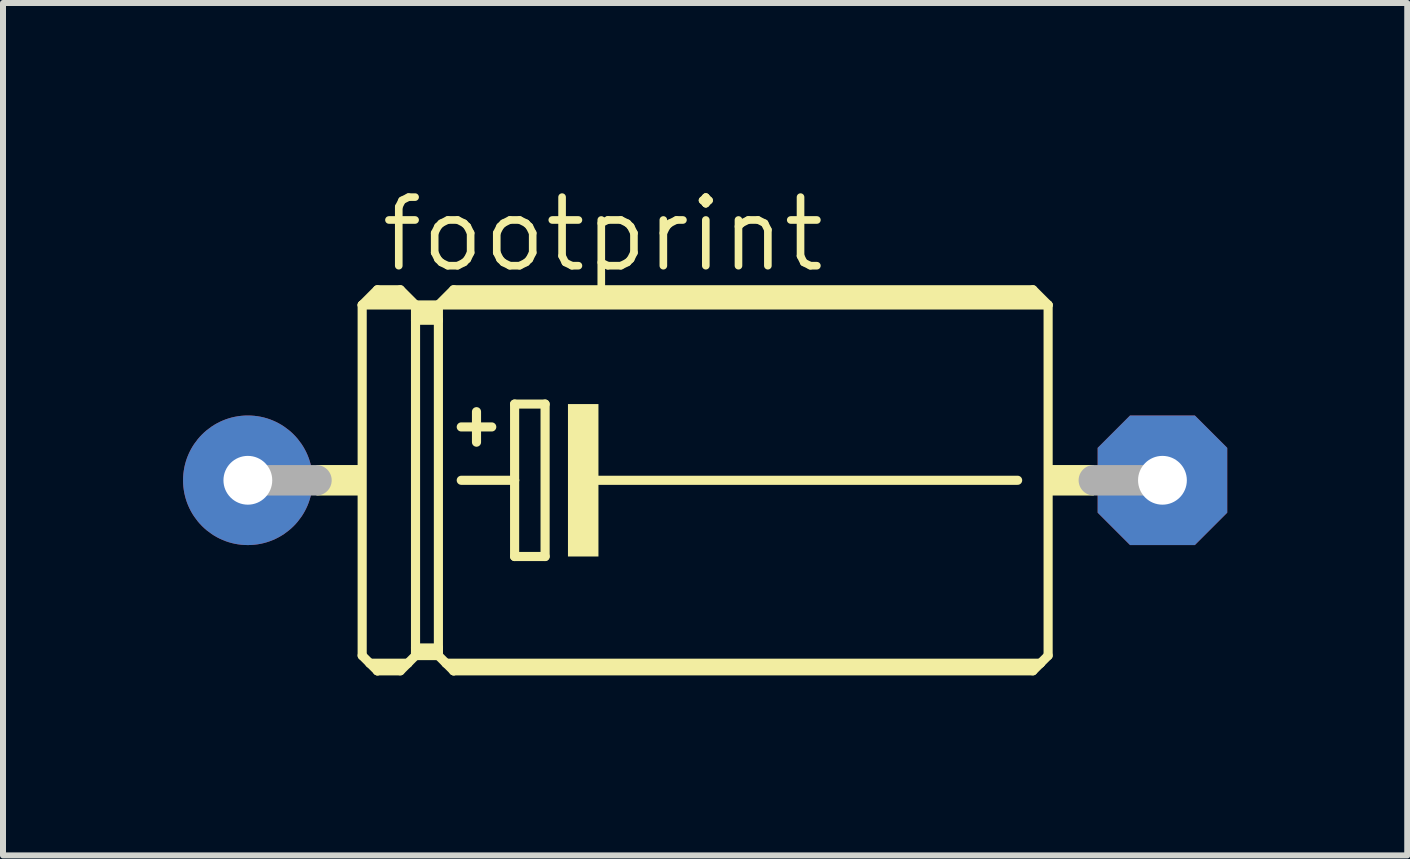
<source format=kicad_pcb>
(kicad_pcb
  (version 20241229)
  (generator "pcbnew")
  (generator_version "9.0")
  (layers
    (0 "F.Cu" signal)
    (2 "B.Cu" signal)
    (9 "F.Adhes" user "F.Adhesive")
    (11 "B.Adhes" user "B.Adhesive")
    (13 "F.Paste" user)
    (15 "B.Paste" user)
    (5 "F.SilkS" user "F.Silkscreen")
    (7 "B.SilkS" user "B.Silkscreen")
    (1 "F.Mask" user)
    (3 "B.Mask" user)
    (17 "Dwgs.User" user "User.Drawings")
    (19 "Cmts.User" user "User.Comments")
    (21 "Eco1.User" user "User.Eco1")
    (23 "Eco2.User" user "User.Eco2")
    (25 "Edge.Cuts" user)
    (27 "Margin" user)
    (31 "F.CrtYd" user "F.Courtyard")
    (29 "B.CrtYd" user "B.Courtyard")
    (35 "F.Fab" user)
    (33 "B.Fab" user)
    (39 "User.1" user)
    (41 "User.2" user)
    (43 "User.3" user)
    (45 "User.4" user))
  (footprint "footprint"
    (layer "F.Cu")
    (at 8.7 4.953)
    (property "Reference" "footprint" (at -5.461 -3.429 0) (layer "F.SilkS") (effects (font (size 1.143 1.143) (thickness 0.127)) (justify left bottom)))
    (fp_line (start -5.715 -2.921) (end -4.826 -2.921) (stroke (width 0.152) (type solid)) (layer "F.SilkS"))
    (fp_line (start -5.715 2.921) (end -5.715 -2.921) (stroke (width 0.152) (type solid)) (layer "F.SilkS"))
    (fp_line (start -5.715 2.921) (end -5.588 3.048) (stroke (width 0.152) (type solid)) (layer "F.SilkS"))
    (fp_line (start -5.588 3.048) (end -5.461 3.175) (stroke (width 0.152) (type solid)) (layer "F.SilkS"))
    (fp_line (start -5.588 3.048) (end -4.953 3.048) (stroke (width 0.152) (type solid)) (layer "F.SilkS"))
    (fp_line (start -5.461 -3.175) (end -5.715 -2.921) (stroke (width 0.152) (type solid)) (layer "F.SilkS"))
    (fp_line (start -5.461 -3.175) (end -5.08 -3.175) (stroke (width 0.152) (type solid)) (layer "F.SilkS"))
    (fp_line (start -5.461 -3.048) (end -5.08 -3.048) (stroke (width 0.305) (type solid)) (layer "F.SilkS"))
    (fp_line (start -5.461 3.124) (end -5.461 3.175) (stroke (width 0.152) (type solid)) (layer "F.SilkS"))
    (fp_line (start -5.461 3.175) (end -5.08 3.175) (stroke (width 0.152) (type solid)) (layer "F.SilkS"))
    (fp_line (start -5.08 -3.175) (end -4.826 -2.921) (stroke (width 0.152) (type solid)) (layer "F.SilkS"))
    (fp_line (start -5.08 3.124) (end -5.461 3.124) (stroke (width 0.152) (type solid)) (layer "F.SilkS"))
    (fp_line (start -5.08 3.175) (end -4.953 3.048) (stroke (width 0.152) (type solid)) (layer "F.SilkS"))
    (fp_line (start -4.953 3.048) (end -4.826 2.921) (stroke (width 0.152) (type solid)) (layer "F.SilkS"))
    (fp_line (start -4.826 -2.921) (end -4.826 -2.667) (stroke (width 0.152) (type solid)) (layer "F.SilkS"))
    (fp_line (start -4.826 -2.921) (end -4.445 -2.921) (stroke (width 0.152) (type solid)) (layer "F.SilkS"))
    (fp_line (start -4.826 -2.667) (end -4.826 2.794) (stroke (width 0.152) (type solid)) (layer "F.SilkS"))
    (fp_line (start -4.826 -2.667) (end -4.445 -2.667) (stroke (width 0.152) (type solid)) (layer "F.SilkS"))
    (fp_line (start -4.826 2.794) (end -4.826 2.87) (stroke (width 0.152) (type solid)) (layer "F.SilkS"))
    (fp_line (start -4.826 2.794) (end -4.445 2.794) (stroke (width 0.152) (type solid)) (layer "F.SilkS"))
    (fp_line (start -4.826 2.87) (end -4.826 2.921) (stroke (width 0.152) (type solid)) (layer "F.SilkS"))
    (fp_line (start -4.826 2.921) (end -4.445 2.921) (stroke (width 0.152) (type solid)) (layer "F.SilkS"))
    (fp_line (start -4.699 -2.794) (end -4.572 -2.794) (stroke (width 0.305) (type solid)) (layer "F.SilkS"))
    (fp_line (start -4.445 -2.921) (end -4.445 -2.667) (stroke (width 0.152) (type solid)) (layer "F.SilkS"))
    (fp_line (start -4.445 -2.921) (end -4.191 -3.175) (stroke (width 0.152) (type solid)) (layer "F.SilkS"))
    (fp_line (start -4.445 -2.921) (end 5.715 -2.921) (stroke (width 0.152) (type solid)) (layer "F.SilkS"))
    (fp_line (start -4.445 -2.667) (end -4.445 2.794) (stroke (width 0.152) (type solid)) (layer "F.SilkS"))
    (fp_line (start -4.445 2.794) (end -4.445 2.87) (stroke (width 0.152) (type solid)) (layer "F.SilkS"))
    (fp_line (start -4.445 2.87) (end -4.826 2.87) (stroke (width 0.152) (type solid)) (layer "F.SilkS"))
    (fp_line (start -4.445 2.87) (end -4.445 2.921) (stroke (width 0.152) (type solid)) (layer "F.SilkS"))
    (fp_line (start -4.445 2.921) (end -4.318 3.048) (stroke (width 0.152) (type solid)) (layer "F.SilkS"))
    (fp_line (start -4.318 3.048) (end -4.191 3.175) (stroke (width 0.152) (type solid)) (layer "F.SilkS"))
    (fp_line (start -4.318 3.048) (end 5.588 3.048) (stroke (width 0.152) (type solid)) (layer "F.SilkS"))
    (fp_line (start -4.191 -3.175) (end 5.461 -3.175) (stroke (width 0.152) (type solid)) (layer "F.SilkS"))
    (fp_line (start -4.191 -3.048) (end 5.461 -3.048) (stroke (width 0.305) (type solid)) (layer "F.SilkS"))
    (fp_line (start -4.191 3.124) (end -4.191 3.175) (stroke (width 0.152) (type solid)) (layer "F.SilkS"))
    (fp_line (start -4.191 3.175) (end 5.461 3.175) (stroke (width 0.152) (type solid)) (layer "F.SilkS"))
    (fp_line (start -4.064 -0.889) (end -3.556 -0.889) (stroke (width 0.152) (type solid)) (layer "F.SilkS"))
    (fp_line (start -4.064 0) (end -3.175 0) (stroke (width 0.152) (type solid)) (layer "F.SilkS"))
    (fp_line (start -3.81 -1.143) (end -3.81 -0.635) (stroke (width 0.152) (type solid)) (layer "F.SilkS"))
    (fp_line (start -3.175 -1.27) (end -3.175 0) (stroke (width 0.152) (type solid)) (layer "F.SilkS"))
    (fp_line (start -3.175 0) (end -3.175 1.27) (stroke (width 0.152) (type solid)) (layer "F.SilkS"))
    (fp_line (start -3.175 1.27) (end -2.667 1.27) (stroke (width 0.152) (type solid)) (layer "F.SilkS"))
    (fp_line (start -2.667 -1.27) (end -3.175 -1.27) (stroke (width 0.152) (type solid)) (layer "F.SilkS"))
    (fp_line (start -2.667 1.27) (end -2.667 -1.27) (stroke (width 0.152) (type solid)) (layer "F.SilkS"))
    (fp_line (start -1.905 0) (end 5.207 0) (stroke (width 0.152) (type solid)) (layer "F.SilkS"))
    (fp_line (start 5.461 3.124) (end -4.191 3.124) (stroke (width 0.152) (type solid)) (layer "F.SilkS"))
    (fp_line (start 5.588 3.048) (end 5.461 3.175) (stroke (width 0.152) (type solid)) (layer "F.SilkS"))
    (fp_line (start 5.715 -2.921) (end 5.461 -3.175) (stroke (width 0.152) (type solid)) (layer "F.SilkS"))
    (fp_line (start 5.715 -2.921) (end 5.715 2.921) (stroke (width 0.152) (type solid)) (layer "F.SilkS"))
    (fp_line (start 5.715 2.921) (end 5.588 3.048) (stroke (width 0.152) (type solid)) (layer "F.SilkS"))
    (fp_poly (pts (xy -6.477 0.254) (xy -5.715 0.254) (xy -5.715 -0.254) (xy -6.477 -0.254)) (stroke (width 0) (type solid)) (fill yes) (layer "F.SilkS"))
    (fp_poly (pts (xy -2.286 1.27) (xy -1.778 1.27) (xy -1.778 -1.27) (xy -2.286 -1.27)) (stroke (width 0) (type solid)) (fill yes) (layer "F.SilkS"))
    (fp_poly (pts (xy 5.715 0.254) (xy 6.477 0.254) (xy 6.477 -0.254) (xy 5.715 -0.254)) (stroke (width 0) (type solid)) (fill yes) (layer "F.SilkS"))
    (fp_line (start -7.62 0) (end -6.477 0) (stroke (width 0.508) (type solid)) (layer "F.Fab"))
    (fp_line (start 7.62 0) (end 6.477 0) (stroke (width 0.508) (type solid)) (layer "F.Fab"))
    (pad "+" thru_hole circle (at -7.62 0) (size 2.159 2.159) (drill 0.813) (layers "*.Cu" "*.Mask"))
    (pad "-" thru_hole roundrect (at 7.62 0) (size 2.159 2.159) (drill 0.813) (layers "*.Cu" "*.Mask") (roundrect_rratio 0.25) (chamfer_ratio 0.25) (chamfer top_left top_right bottom_left bottom_right)))
  (gr_rect
    (start -3 -3)
    (end 20.399 11.204)
    (stroke (width 0.1) (type default))
    (fill no)
    (layer "Edge.Cuts")))
</source>
